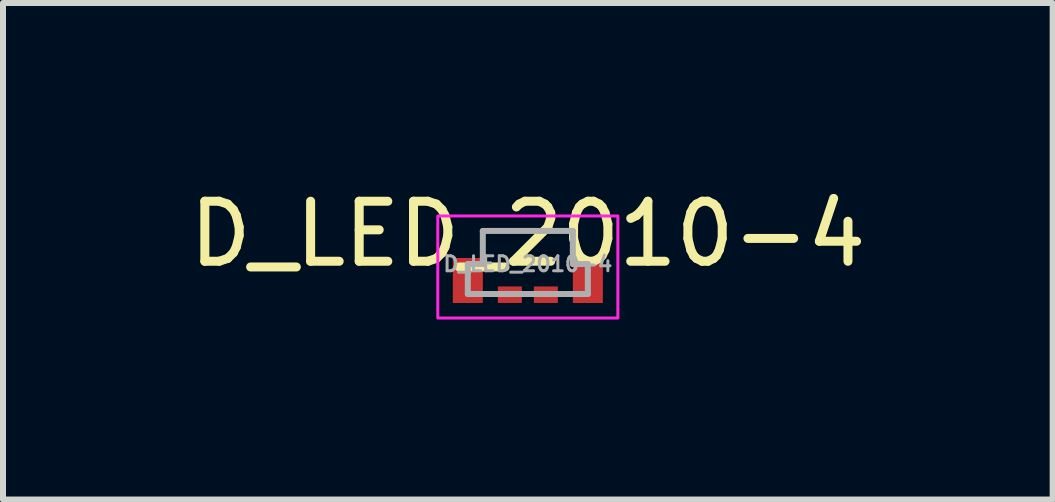
<source format=kicad_pcb>
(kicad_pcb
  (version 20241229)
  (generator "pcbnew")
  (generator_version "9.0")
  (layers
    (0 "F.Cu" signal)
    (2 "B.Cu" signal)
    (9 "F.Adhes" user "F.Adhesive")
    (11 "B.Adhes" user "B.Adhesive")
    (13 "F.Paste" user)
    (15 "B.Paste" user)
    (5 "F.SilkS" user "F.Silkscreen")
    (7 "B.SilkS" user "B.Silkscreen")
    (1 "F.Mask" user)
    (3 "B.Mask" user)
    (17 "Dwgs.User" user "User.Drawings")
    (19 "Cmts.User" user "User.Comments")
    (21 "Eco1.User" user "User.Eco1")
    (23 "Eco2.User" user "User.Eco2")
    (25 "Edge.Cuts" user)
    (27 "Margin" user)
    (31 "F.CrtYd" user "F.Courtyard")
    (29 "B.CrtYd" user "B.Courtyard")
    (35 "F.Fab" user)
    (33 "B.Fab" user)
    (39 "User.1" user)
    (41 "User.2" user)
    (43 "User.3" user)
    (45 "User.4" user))
  (footprint "D_LED_2010-4"
    (layer "F.Cu")
    (at 5.744 1.348)
    (property "Reference" "D_LED_2010-4" (at 0 -0.5 0) (unlocked yes) (layer "F.SilkS") (effects (font (size 1 1) (thickness 0.15))))
    (attr smd)
    (fp_rect (start -1.5 0.9) (end 1.5 -0.8) (stroke (width 0.05) (type default)) (fill no) (layer "F.CrtYd"))
    (fp_line (start -1 0) (end -0.75 0) (stroke (width 0.1) (type default)) (layer "F.Fab"))
    (fp_line (start -1 0.5) (end -1 0) (stroke (width 0.1) (type default)) (layer "F.Fab"))
    (fp_line (start -1 0.5) (end 1 0.5) (stroke (width 0.1) (type default)) (layer "F.Fab"))
    (fp_line (start -0.75 -0.55) (end 0.75 -0.55) (stroke (width 0.1) (type default)) (layer "F.Fab"))
    (fp_line (start -0.75 0) (end -0.75 -0.55) (stroke (width 0.1) (type default)) (layer "F.Fab"))
    (fp_line (start 0.75 0) (end 0.75 -0.55) (stroke (width 0.1) (type default)) (layer "F.Fab"))
    (fp_line (start 1 0) (end 0.75 0) (stroke (width 0.1) (type default)) (layer "F.Fab"))
    (fp_line (start 1 0.5) (end 1 0) (stroke (width 0.1) (type default)) (layer "F.Fab"))
    (fp_text user "${REFERENCE}" (at 0 0 0) (layer "F.Fab") (effects (font (size 0.25 0.25) (thickness 0.05) (bold yes))))
    (pad "1" smd rect (at -1 0.275) (size 0.5 0.75) (layers "F.Cu" "F.Mask" "F.Paste"))
    (pad "2" smd rect (at -0.3 0.512) (size 0.4 0.275) (layers "F.Cu" "F.Mask" "F.Paste"))
    (pad "3" smd rect (at 0.3 0.512) (size 0.4 0.275) (layers "F.Cu" "F.Mask" "F.Paste"))
    (pad "4" smd rect (at 1 0.275) (size 0.5 0.75) (layers "F.Cu" "F.Mask" "F.Paste")))
  (gr_rect
    (start -3 -3)
    (end 14.488 5.273)
    (stroke (width 0.1) (type default))
    (fill no)
    (layer "Edge.Cuts")))
</source>
